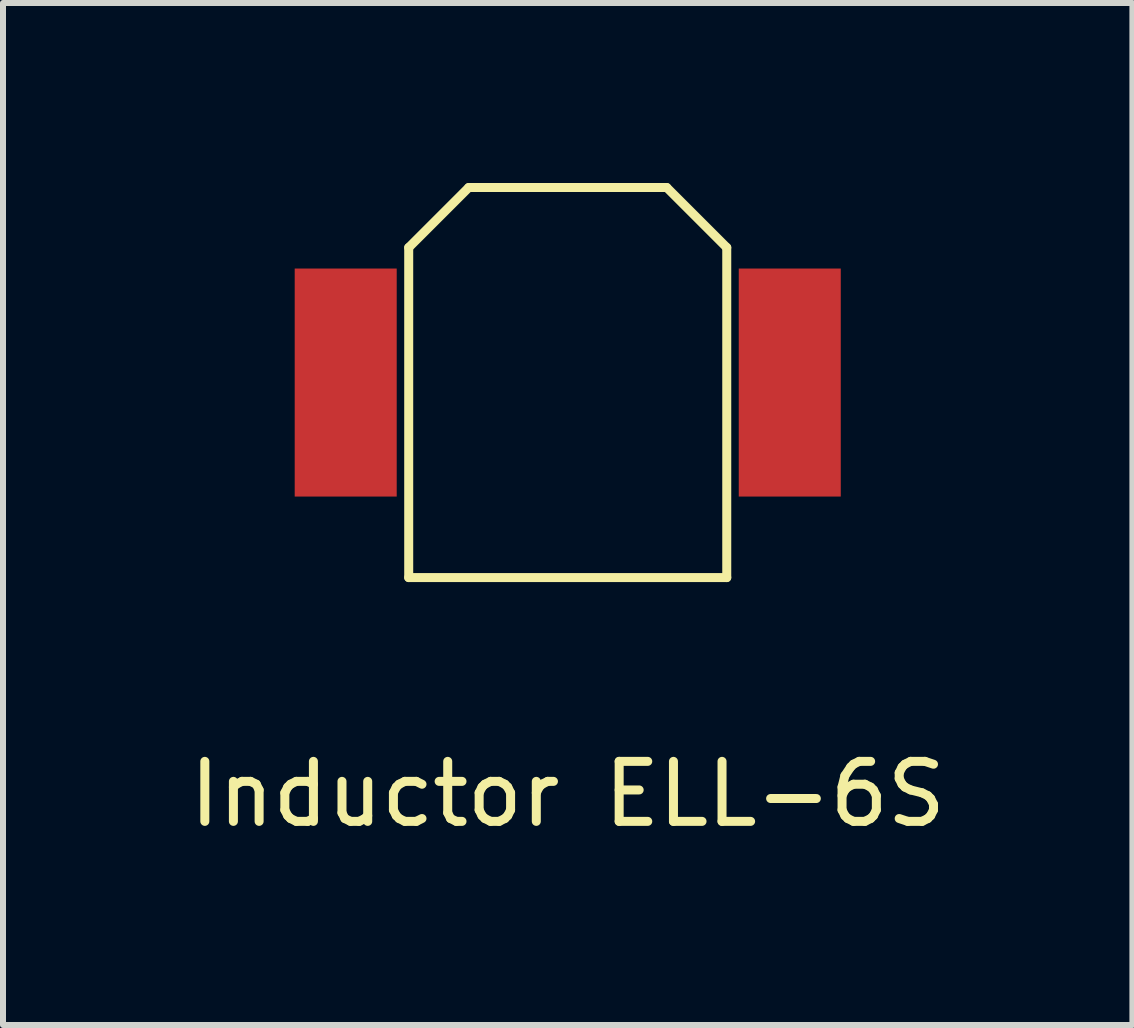
<source format=kicad_pcb>
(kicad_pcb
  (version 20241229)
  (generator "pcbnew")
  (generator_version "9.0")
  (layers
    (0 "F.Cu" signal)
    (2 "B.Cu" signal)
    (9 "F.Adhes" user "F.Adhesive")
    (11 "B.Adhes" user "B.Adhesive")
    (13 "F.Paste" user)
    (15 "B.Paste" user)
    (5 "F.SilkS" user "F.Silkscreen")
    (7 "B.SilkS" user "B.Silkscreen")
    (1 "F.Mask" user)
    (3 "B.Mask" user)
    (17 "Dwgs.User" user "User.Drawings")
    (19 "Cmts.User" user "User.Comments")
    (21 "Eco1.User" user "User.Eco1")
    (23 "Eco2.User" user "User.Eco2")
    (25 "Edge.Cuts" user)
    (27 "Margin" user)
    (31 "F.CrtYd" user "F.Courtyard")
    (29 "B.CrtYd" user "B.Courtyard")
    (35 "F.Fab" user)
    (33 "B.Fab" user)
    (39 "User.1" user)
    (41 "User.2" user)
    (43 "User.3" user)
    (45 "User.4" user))
  (footprint "Inductor ELL-6S"
    (layer "F.Cu")
    (at 6.411 3.325)
    (property "Reference" "Inductor ELL-6S" (at 0 6.858 0) (layer "F.SilkS") (effects (font (size 1 1) (thickness 0.15))))
    (attr through_hole)
    (fp_line (start -2.65 3.25) (end -2.65 -2.25) (stroke (width 0.15) (type solid)) (layer "F.SilkS"))
    (fp_line (start -1.65 -3.25) (end -2.65 -2.25) (stroke (width 0.15) (type solid)) (layer "F.SilkS"))
    (fp_line (start -1.65 -3.25) (end 1.65 -3.25) (stroke (width 0.15) (type solid)) (layer "F.SilkS"))
    (fp_line (start 2.65 -2.25) (end 1.65 -3.25) (stroke (width 0.15) (type solid)) (layer "F.SilkS"))
    (fp_line (start 2.65 -2.25) (end 2.65 3.25) (stroke (width 0.15) (type solid)) (layer "F.SilkS"))
    (fp_line (start 2.65 3.25) (end -2.65 3.25) (stroke (width 0.15) (type solid)) (layer "F.SilkS"))
    (pad "1" smd rect (at -3.7 0) (size 1.7 3.8) (layers "F.Cu" "F.Mask" "F.Paste"))
    (pad "2" smd rect (at 3.7 0) (size 1.7 3.8) (layers "F.Cu" "F.Mask" "F.Paste")))
  (gr_rect
    (start -3 -3)
    (end 15.821 14.031)
    (stroke (width 0.1) (type default))
    (fill no)
    (layer "Edge.Cuts")))
</source>
